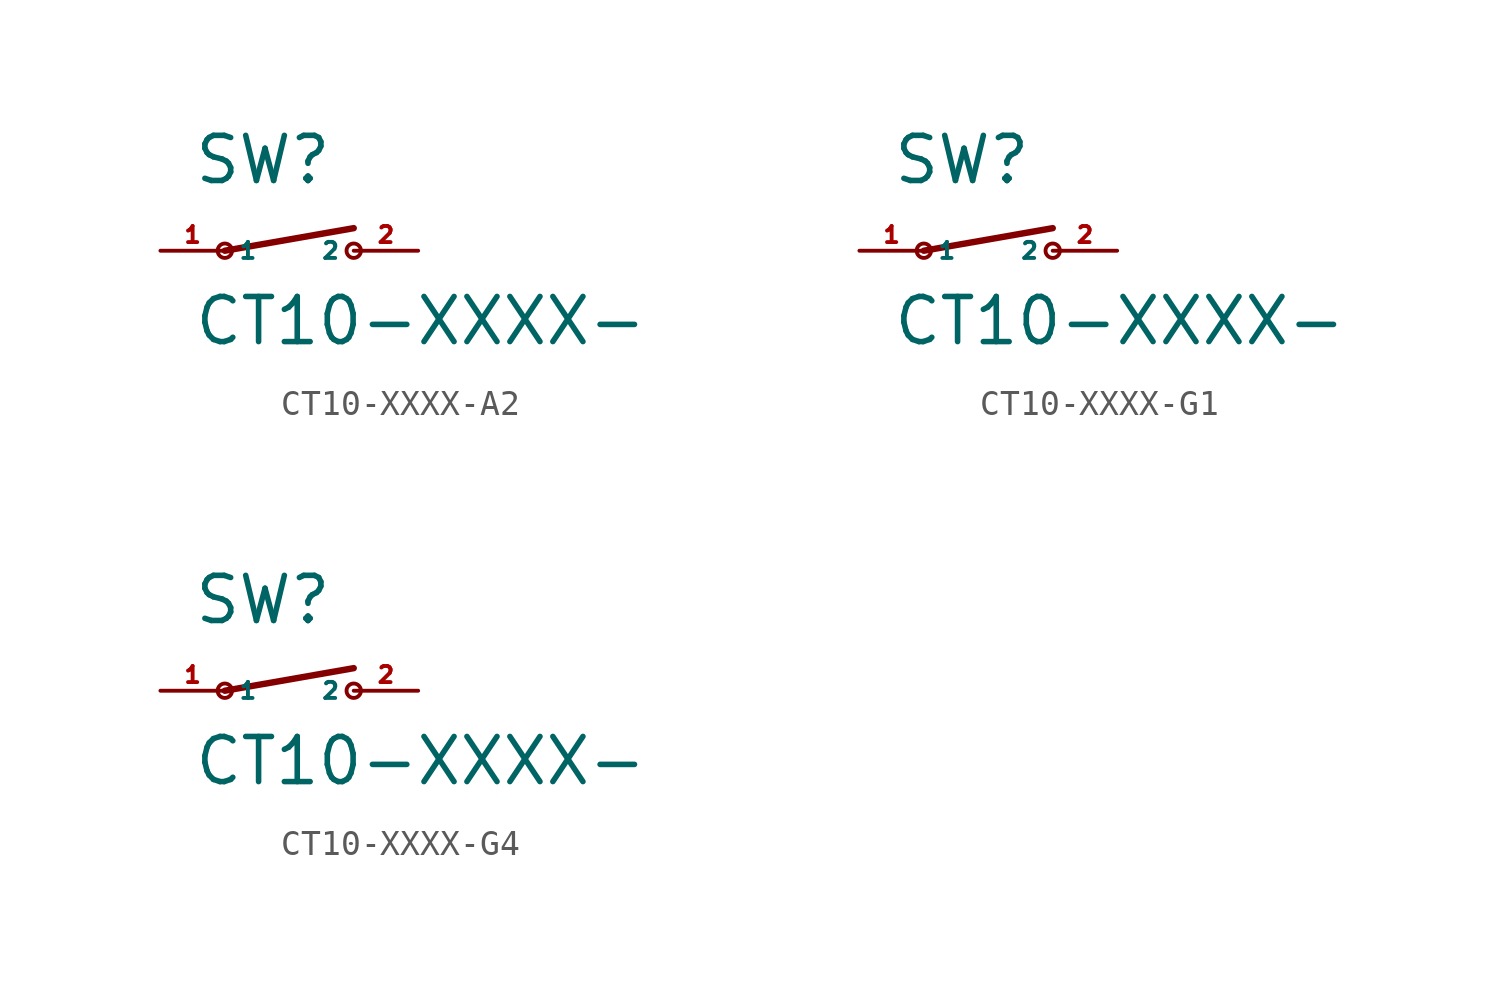
<source format=kicad_sym>
(kicad_symbol_lib
  (version 20220914)
  (generator Eagle2Kicad)
  (symbol "CT10-XXXX-A2"
    (property "Reference" "SW"
      (at -3.81 2.54 0)
      (effects (font (size 1.778 1.778) (thickness 0.22)) (justify left bottom)))
    (property "Value" "CT10-XXXX-"
      (at -3.81 -3.81 0)
      (effects (font (size 1.778 1.778) (thickness 0.22)) (justify left bottom)))
    (polyline
      (pts (xy -2.54 0) (xy 2.54 0.889))
      (stroke (width 0.254) (type default))
      (fill (type none)))
    (circle
      (center -2.54 0)
      (radius 0.284)
      (stroke (width 0) (type default))
      (fill (type none)))
    (circle
      (center 2.54 0)
      (radius 0.284)
      (stroke (width 0) (type default))
      (fill (type none)))
    (pin passive line
      (at -5.08 0 0)
      (length 2.54)
      (name "1" (effects (font (size 0.635 0.635) (thickness 0.08)) (justify left bottom)))
      (number "1" (effects (font (size 0.635 0.635) (thickness 0.08)) (justify left bottom))))
    (pin passive line
      (at 5.08 0 180)
      (length 2.54)
      (name "2" (effects (font (size 0.635 0.635) (thickness 0.08)) (justify left bottom)))
      (number "2" (effects (font (size 0.635 0.635) (thickness 0.08)) (justify left bottom)))))
  (symbol "CT10-XXXX-G1"
    (property "Reference" "SW"
      (at -3.81 2.54 0)
      (effects (font (size 1.778 1.778) (thickness 0.22)) (justify left bottom)))
    (property "Value" "CT10-XXXX-"
      (at -3.81 -3.81 0)
      (effects (font (size 1.778 1.778) (thickness 0.22)) (justify left bottom)))
    (polyline
      (pts (xy -2.54 0) (xy 2.54 0.889))
      (stroke (width 0.254) (type default))
      (fill (type none)))
    (circle
      (center -2.54 0)
      (radius 0.284)
      (stroke (width 0) (type default))
      (fill (type none)))
    (circle
      (center 2.54 0)
      (radius 0.284)
      (stroke (width 0) (type default))
      (fill (type none)))
    (pin passive line
      (at -5.08 0 0)
      (length 2.54)
      (name "1" (effects (font (size 0.635 0.635) (thickness 0.08)) (justify left bottom)))
      (number "1" (effects (font (size 0.635 0.635) (thickness 0.08)) (justify left bottom))))
    (pin passive line
      (at 5.08 0 180)
      (length 2.54)
      (name "2" (effects (font (size 0.635 0.635) (thickness 0.08)) (justify left bottom)))
      (number "2" (effects (font (size 0.635 0.635) (thickness 0.08)) (justify left bottom)))))
  (symbol "CT10-XXXX-G4"
    (property "Reference" "SW"
      (at -3.81 2.54 0)
      (effects (font (size 1.778 1.778) (thickness 0.22)) (justify left bottom)))
    (property "Value" "CT10-XXXX-"
      (at -3.81 -3.81 0)
      (effects (font (size 1.778 1.778) (thickness 0.22)) (justify left bottom)))
    (polyline
      (pts (xy -2.54 0) (xy 2.54 0.889))
      (stroke (width 0.254) (type default))
      (fill (type none)))
    (circle
      (center -2.54 0)
      (radius 0.284)
      (stroke (width 0) (type default))
      (fill (type none)))
    (circle
      (center 2.54 0)
      (radius 0.284)
      (stroke (width 0) (type default))
      (fill (type none)))
    (pin passive line
      (at -5.08 0 0)
      (length 2.54)
      (name "1" (effects (font (size 0.635 0.635) (thickness 0.08)) (justify left bottom)))
      (number "1" (effects (font (size 0.635 0.635) (thickness 0.08)) (justify left bottom))))
    (pin passive line
      (at 5.08 0 180)
      (length 2.54)
      (name "2" (effects (font (size 0.635 0.635) (thickness 0.08)) (justify left bottom)))
      (number "2" (effects (font (size 0.635 0.635) (thickness 0.08)) (justify left bottom))))))
</source>
